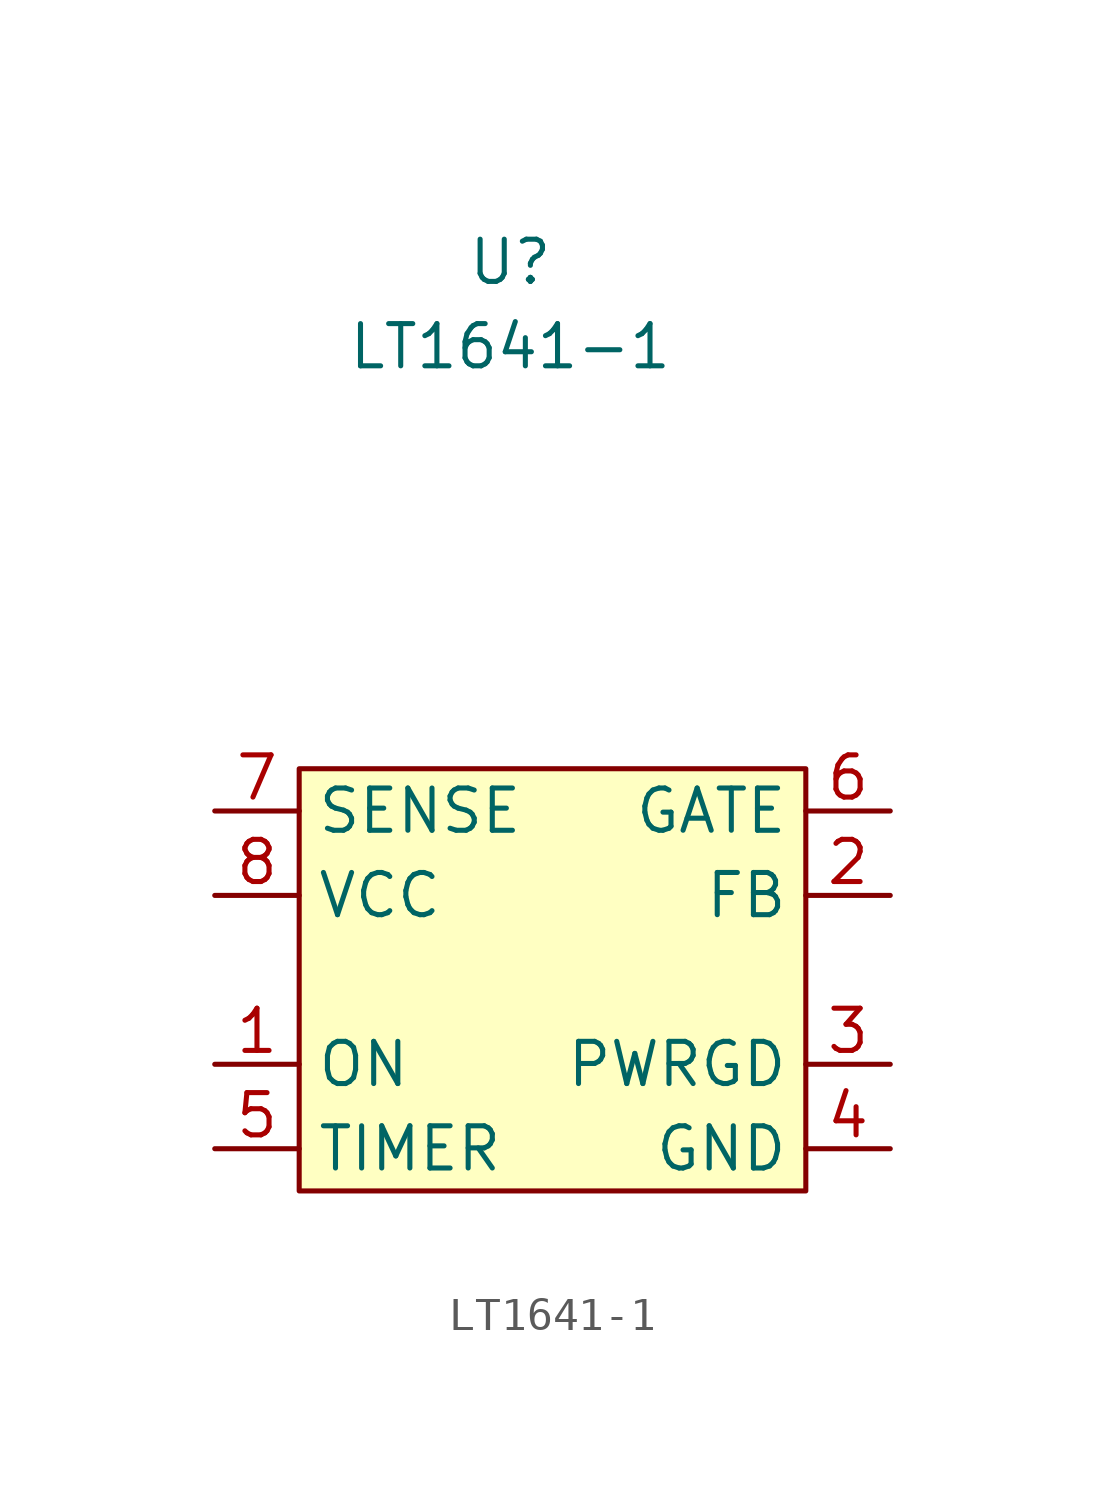
<source format=kicad_sym>
(kicad_symbol_lib
  (version 20211014)
  (generator kicad_symbol_editor)
  (symbol "LT1641-1"
    (property "Reference" "U"
      (at 0 8.89 0)
      (effects (font (size 1.27 1.27))))
    (property "Value" "LT1641-1"
      (at 0 6.35 0)
      (effects (font (size 1.27 1.27))))
    (symbol "LT1641-1_0_1"
      (rectangle (start -6.35 -6.35) (end 8.89 -19.05) (stroke (width 0) (type default) (color 0 0 0 0)) (fill (type background))))
    (symbol "LT1641-1_1_0"
      (pin power_in line (at 11.43 -17.78 180) (length 2.54) (name "GND" (effects (font (size 1.27 1.27)))) (number "4" (effects (font (size 1.27 1.27))))))
    (symbol "LT1641-1_1_1"
      (pin input line (at -8.89 -15.24 0) (length 2.54) (name "ON" (effects (font (size 1.27 1.27)))) (number "1" (effects (font (size 1.27 1.27)))))
      (pin input line (at 11.43 -10.16 180) (length 2.54) (name "FB" (effects (font (size 1.27 1.27)))) (number "2" (effects (font (size 1.27 1.27)))))
      (pin open_collector line (at 11.43 -15.24 180) (length 2.54) (name "PWRGD" (effects (font (size 1.27 1.27)))) (number "3" (effects (font (size 1.27 1.27)))))
      (pin input line (at -8.89 -17.78 0) (length 2.54) (name "TIMER" (effects (font (size 1.27 1.27)))) (number "5" (effects (font (size 1.27 1.27)))))
      (pin output line (at 11.43 -7.62 180) (length 2.54) (name "GATE" (effects (font (size 1.27 1.27)))) (number "6" (effects (font (size 1.27 1.27)))))
      (pin input line (at -8.89 -7.62 0) (length 2.54) (name "SENSE" (effects (font (size 1.27 1.27)))) (number "7" (effects (font (size 1.27 1.27)))))
      (pin power_in line (at -8.89 -10.16 0) (length 2.54) (name "VCC" (effects (font (size 1.27 1.27)))) (number "8" (effects (font (size 1.27 1.27))))))))
</source>
